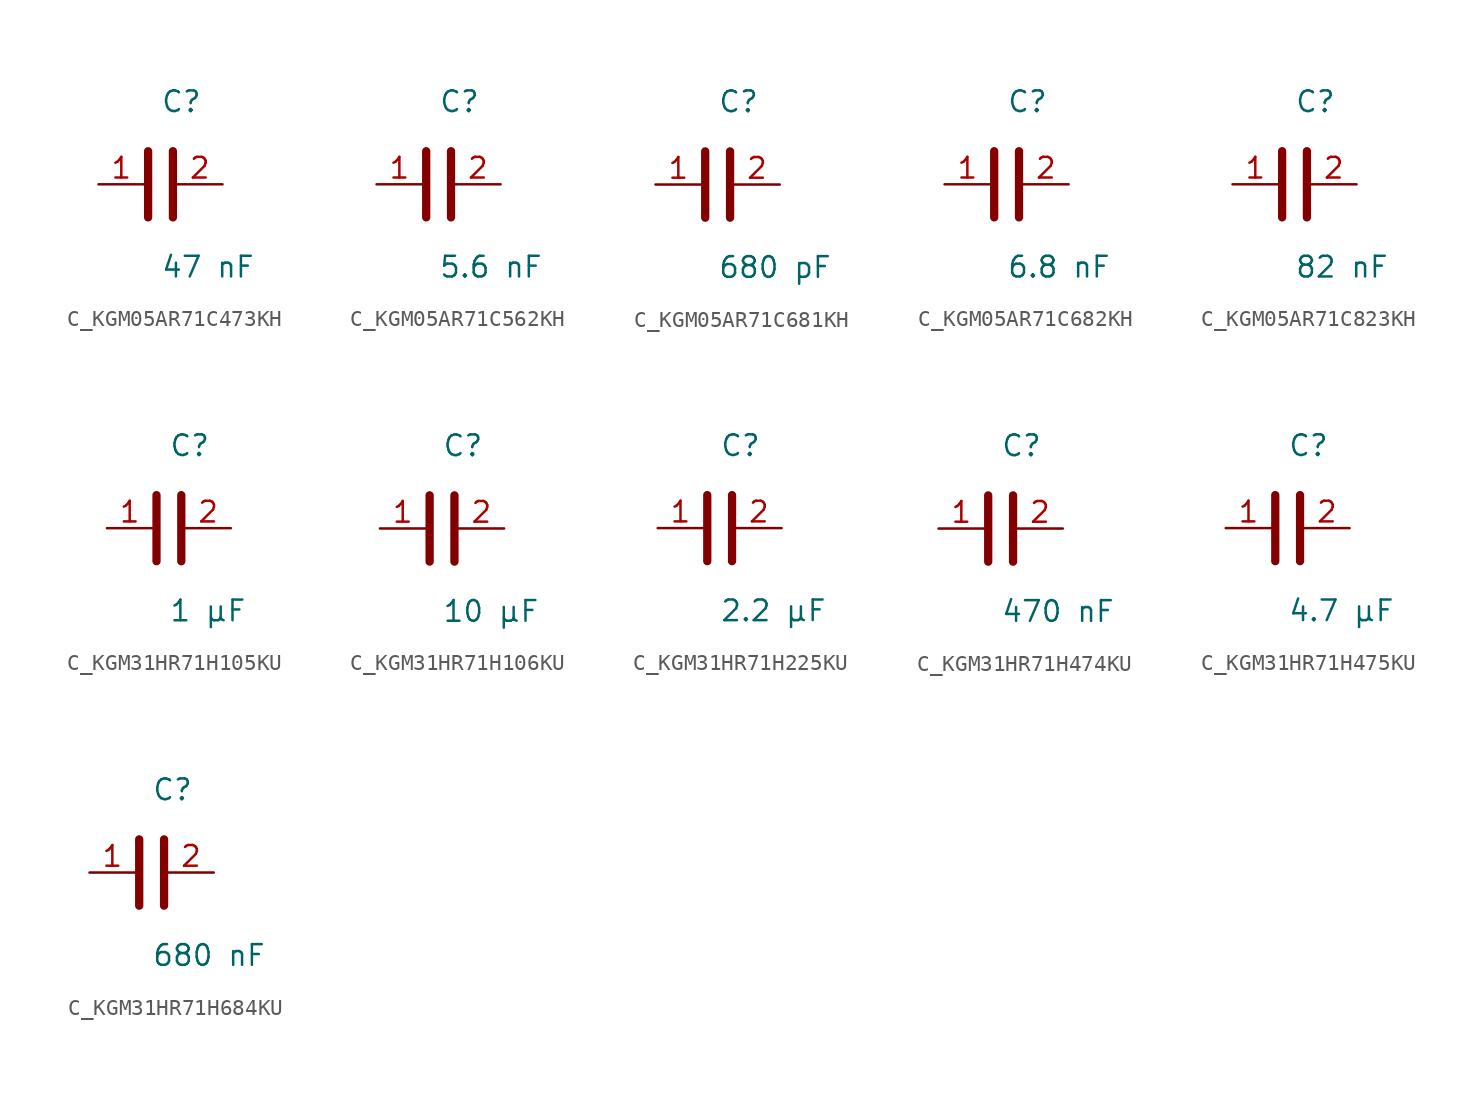
<source format=kicad_sym>
(kicad_symbol_lib
  (version 20231120)
  (generator kicad_symbol_editor)
  (generator_version 8.0)
  (symbol "C_KGM05AR71C473KH"
    (pin_names
      (offset 0.254))
    (property "Reference" "C"
      (at 0.0 5.08 0)
      (effects (font (size 1.27 1.27)) (justify left)))
    (property "Value" "47 nF"
      (at 0.0 -5.08 0)
      (effects (font (size 1.27 1.27)) (justify left)))
    (symbol "C_KGM05AR71C473KH_0_1"
      (polyline (pts (xy -0.762 -2.032) (xy -0.762 2.032)) (stroke (width 0.508) (type default)) (fill (type none)))
      (polyline (pts (xy 0.762 -2.032) (xy 0.762 2.032)) (stroke (width 0.508) (type default)) (fill (type none))))
    (pin unspecified line
      (at -3.81 0 0)
      (length 2.8)
      (name "" (effects (font (size 1.27 1.27))))
      (number "1" (effects (font (size 1.27 1.27)))))
    (pin unspecified line
      (at 3.81 0 180)
      (length 2.8)
      (name "" (effects (font (size 1.27 1.27))))
      (number "2" (effects (font (size 1.27 1.27))))))
  (symbol "C_KGM05AR71C562KH"
    (pin_names
      (offset 0.254))
    (property "Reference" "C"
      (at 0.0 5.08 0)
      (effects (font (size 1.27 1.27)) (justify left)))
    (property "Value" "5.6 nF"
      (at 0.0 -5.08 0)
      (effects (font (size 1.27 1.27)) (justify left)))
    (symbol "C_KGM05AR71C562KH_0_1"
      (polyline (pts (xy -0.762 -2.032) (xy -0.762 2.032)) (stroke (width 0.508) (type default)) (fill (type none)))
      (polyline (pts (xy 0.762 -2.032) (xy 0.762 2.032)) (stroke (width 0.508) (type default)) (fill (type none))))
    (pin unspecified line
      (at -3.81 0 0)
      (length 2.8)
      (name "" (effects (font (size 1.27 1.27))))
      (number "1" (effects (font (size 1.27 1.27)))))
    (pin unspecified line
      (at 3.81 0 180)
      (length 2.8)
      (name "" (effects (font (size 1.27 1.27))))
      (number "2" (effects (font (size 1.27 1.27))))))
  (symbol "C_KGM05AR71C681KH"
    (pin_names
      (offset 0.254))
    (property "Reference" "C"
      (at 0.0 5.08 0)
      (effects (font (size 1.27 1.27)) (justify left)))
    (property "Value" "680 pF"
      (at 0.0 -5.08 0)
      (effects (font (size 1.27 1.27)) (justify left)))
    (symbol "C_KGM05AR71C681KH_0_1"
      (polyline (pts (xy -0.762 -2.032) (xy -0.762 2.032)) (stroke (width 0.508) (type default)) (fill (type none)))
      (polyline (pts (xy 0.762 -2.032) (xy 0.762 2.032)) (stroke (width 0.508) (type default)) (fill (type none))))
    (pin unspecified line
      (at -3.81 0 0)
      (length 2.8)
      (name "" (effects (font (size 1.27 1.27))))
      (number "1" (effects (font (size 1.27 1.27)))))
    (pin unspecified line
      (at 3.81 0 180)
      (length 2.8)
      (name "" (effects (font (size 1.27 1.27))))
      (number "2" (effects (font (size 1.27 1.27))))))
  (symbol "C_KGM05AR71C682KH"
    (pin_names
      (offset 0.254))
    (property "Reference" "C"
      (at 0.0 5.08 0)
      (effects (font (size 1.27 1.27)) (justify left)))
    (property "Value" "6.8 nF"
      (at 0.0 -5.08 0)
      (effects (font (size 1.27 1.27)) (justify left)))
    (symbol "C_KGM05AR71C682KH_0_1"
      (polyline (pts (xy -0.762 -2.032) (xy -0.762 2.032)) (stroke (width 0.508) (type default)) (fill (type none)))
      (polyline (pts (xy 0.762 -2.032) (xy 0.762 2.032)) (stroke (width 0.508) (type default)) (fill (type none))))
    (pin unspecified line
      (at -3.81 0 0)
      (length 2.8)
      (name "" (effects (font (size 1.27 1.27))))
      (number "1" (effects (font (size 1.27 1.27)))))
    (pin unspecified line
      (at 3.81 0 180)
      (length 2.8)
      (name "" (effects (font (size 1.27 1.27))))
      (number "2" (effects (font (size 1.27 1.27))))))
  (symbol "C_KGM05AR71C823KH"
    (pin_names
      (offset 0.254))
    (property "Reference" "C"
      (at 0.0 5.08 0)
      (effects (font (size 1.27 1.27)) (justify left)))
    (property "Value" "82 nF"
      (at 0.0 -5.08 0)
      (effects (font (size 1.27 1.27)) (justify left)))
    (symbol "C_KGM05AR71C823KH_0_1"
      (polyline (pts (xy -0.762 -2.032) (xy -0.762 2.032)) (stroke (width 0.508) (type default)) (fill (type none)))
      (polyline (pts (xy 0.762 -2.032) (xy 0.762 2.032)) (stroke (width 0.508) (type default)) (fill (type none))))
    (pin unspecified line
      (at -3.81 0 0)
      (length 2.8)
      (name "" (effects (font (size 1.27 1.27))))
      (number "1" (effects (font (size 1.27 1.27)))))
    (pin unspecified line
      (at 3.81 0 180)
      (length 2.8)
      (name "" (effects (font (size 1.27 1.27))))
      (number "2" (effects (font (size 1.27 1.27))))))
  (symbol "C_KGM31HR71H105KU"
    (pin_names
      (offset 0.254))
    (property "Reference" "C"
      (at 0.0 5.08 0)
      (effects (font (size 1.27 1.27)) (justify left)))
    (property "Value" "1 µF"
      (at 0.0 -5.08 0)
      (effects (font (size 1.27 1.27)) (justify left)))
    (symbol "C_KGM31HR71H105KU_0_1"
      (polyline (pts (xy -0.762 -2.032) (xy -0.762 2.032)) (stroke (width 0.508) (type default)) (fill (type none)))
      (polyline (pts (xy 0.762 -2.032) (xy 0.762 2.032)) (stroke (width 0.508) (type default)) (fill (type none))))
    (pin unspecified line
      (at -3.81 0 0)
      (length 2.8)
      (name "" (effects (font (size 1.27 1.27))))
      (number "1" (effects (font (size 1.27 1.27)))))
    (pin unspecified line
      (at 3.81 0 180)
      (length 2.8)
      (name "" (effects (font (size 1.27 1.27))))
      (number "2" (effects (font (size 1.27 1.27))))))
  (symbol "C_KGM31HR71H106KU"
    (pin_names
      (offset 0.254))
    (property "Reference" "C"
      (at 0.0 5.08 0)
      (effects (font (size 1.27 1.27)) (justify left)))
    (property "Value" "10 µF"
      (at 0.0 -5.08 0)
      (effects (font (size 1.27 1.27)) (justify left)))
    (symbol "C_KGM31HR71H106KU_0_1"
      (polyline (pts (xy -0.762 -2.032) (xy -0.762 2.032)) (stroke (width 0.508) (type default)) (fill (type none)))
      (polyline (pts (xy 0.762 -2.032) (xy 0.762 2.032)) (stroke (width 0.508) (type default)) (fill (type none))))
    (pin unspecified line
      (at -3.81 0 0)
      (length 2.8)
      (name "" (effects (font (size 1.27 1.27))))
      (number "1" (effects (font (size 1.27 1.27)))))
    (pin unspecified line
      (at 3.81 0 180)
      (length 2.8)
      (name "" (effects (font (size 1.27 1.27))))
      (number "2" (effects (font (size 1.27 1.27))))))
  (symbol "C_KGM31HR71H225KU"
    (pin_names
      (offset 0.254))
    (property "Reference" "C"
      (at 0.0 5.08 0)
      (effects (font (size 1.27 1.27)) (justify left)))
    (property "Value" "2.2 µF"
      (at 0.0 -5.08 0)
      (effects (font (size 1.27 1.27)) (justify left)))
    (symbol "C_KGM31HR71H225KU_0_1"
      (polyline (pts (xy -0.762 -2.032) (xy -0.762 2.032)) (stroke (width 0.508) (type default)) (fill (type none)))
      (polyline (pts (xy 0.762 -2.032) (xy 0.762 2.032)) (stroke (width 0.508) (type default)) (fill (type none))))
    (pin unspecified line
      (at -3.81 0 0)
      (length 2.8)
      (name "" (effects (font (size 1.27 1.27))))
      (number "1" (effects (font (size 1.27 1.27)))))
    (pin unspecified line
      (at 3.81 0 180)
      (length 2.8)
      (name "" (effects (font (size 1.27 1.27))))
      (number "2" (effects (font (size 1.27 1.27))))))
  (symbol "C_KGM31HR71H474KU"
    (pin_names
      (offset 0.254))
    (property "Reference" "C"
      (at 0.0 5.08 0)
      (effects (font (size 1.27 1.27)) (justify left)))
    (property "Value" "470 nF"
      (at 0.0 -5.08 0)
      (effects (font (size 1.27 1.27)) (justify left)))
    (symbol "C_KGM31HR71H474KU_0_1"
      (polyline (pts (xy -0.762 -2.032) (xy -0.762 2.032)) (stroke (width 0.508) (type default)) (fill (type none)))
      (polyline (pts (xy 0.762 -2.032) (xy 0.762 2.032)) (stroke (width 0.508) (type default)) (fill (type none))))
    (pin unspecified line
      (at -3.81 0 0)
      (length 2.8)
      (name "" (effects (font (size 1.27 1.27))))
      (number "1" (effects (font (size 1.27 1.27)))))
    (pin unspecified line
      (at 3.81 0 180)
      (length 2.8)
      (name "" (effects (font (size 1.27 1.27))))
      (number "2" (effects (font (size 1.27 1.27))))))
  (symbol "C_KGM31HR71H475KU"
    (pin_names
      (offset 0.254))
    (property "Reference" "C"
      (at 0.0 5.08 0)
      (effects (font (size 1.27 1.27)) (justify left)))
    (property "Value" "4.7 µF"
      (at 0.0 -5.08 0)
      (effects (font (size 1.27 1.27)) (justify left)))
    (symbol "C_KGM31HR71H475KU_0_1"
      (polyline (pts (xy -0.762 -2.032) (xy -0.762 2.032)) (stroke (width 0.508) (type default)) (fill (type none)))
      (polyline (pts (xy 0.762 -2.032) (xy 0.762 2.032)) (stroke (width 0.508) (type default)) (fill (type none))))
    (pin unspecified line
      (at -3.81 0 0)
      (length 2.8)
      (name "" (effects (font (size 1.27 1.27))))
      (number "1" (effects (font (size 1.27 1.27)))))
    (pin unspecified line
      (at 3.81 0 180)
      (length 2.8)
      (name "" (effects (font (size 1.27 1.27))))
      (number "2" (effects (font (size 1.27 1.27))))))
  (symbol "C_KGM31HR71H684KU"
    (pin_names
      (offset 0.254))
    (property "Reference" "C"
      (at 0.0 5.08 0)
      (effects (font (size 1.27 1.27)) (justify left)))
    (property "Value" "680 nF"
      (at 0.0 -5.08 0)
      (effects (font (size 1.27 1.27)) (justify left)))
    (symbol "C_KGM31HR71H684KU_0_1"
      (polyline (pts (xy -0.762 -2.032) (xy -0.762 2.032)) (stroke (width 0.508) (type default)) (fill (type none)))
      (polyline (pts (xy 0.762 -2.032) (xy 0.762 2.032)) (stroke (width 0.508) (type default)) (fill (type none))))
    (pin unspecified line
      (at -3.81 0 0)
      (length 2.8)
      (name "" (effects (font (size 1.27 1.27))))
      (number "1" (effects (font (size 1.27 1.27)))))
    (pin unspecified line
      (at 3.81 0 180)
      (length 2.8)
      (name "" (effects (font (size 1.27 1.27))))
      (number "2" (effects (font (size 1.27 1.27)))))))
</source>
